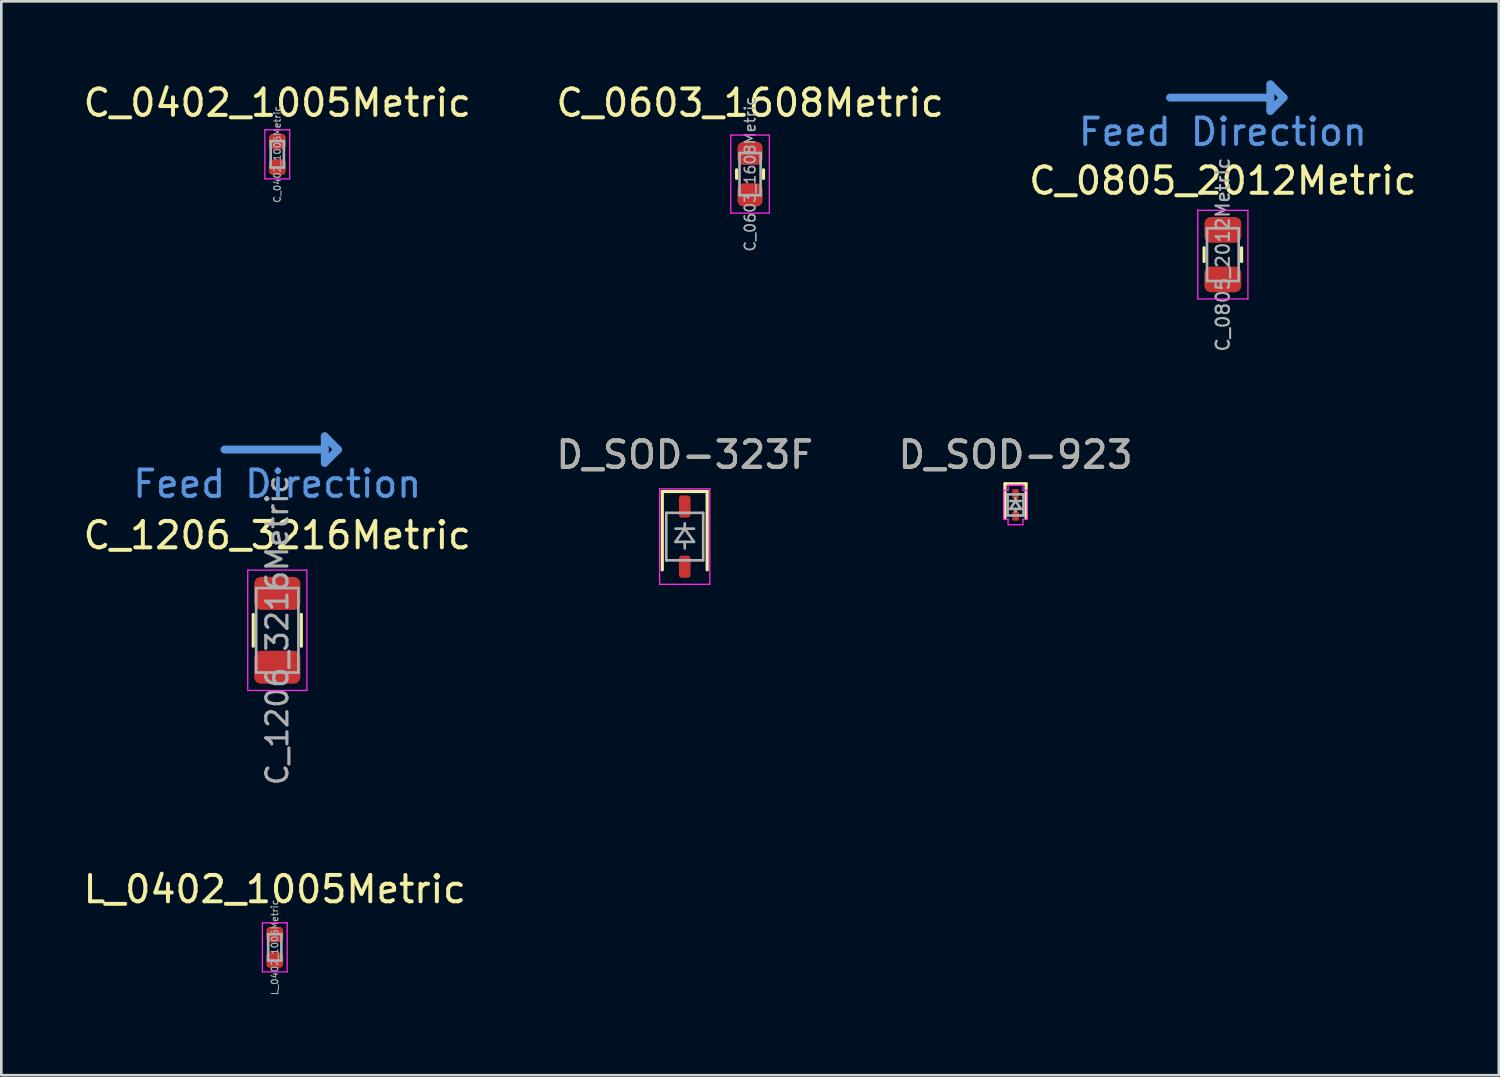
<source format=kicad_pcb>
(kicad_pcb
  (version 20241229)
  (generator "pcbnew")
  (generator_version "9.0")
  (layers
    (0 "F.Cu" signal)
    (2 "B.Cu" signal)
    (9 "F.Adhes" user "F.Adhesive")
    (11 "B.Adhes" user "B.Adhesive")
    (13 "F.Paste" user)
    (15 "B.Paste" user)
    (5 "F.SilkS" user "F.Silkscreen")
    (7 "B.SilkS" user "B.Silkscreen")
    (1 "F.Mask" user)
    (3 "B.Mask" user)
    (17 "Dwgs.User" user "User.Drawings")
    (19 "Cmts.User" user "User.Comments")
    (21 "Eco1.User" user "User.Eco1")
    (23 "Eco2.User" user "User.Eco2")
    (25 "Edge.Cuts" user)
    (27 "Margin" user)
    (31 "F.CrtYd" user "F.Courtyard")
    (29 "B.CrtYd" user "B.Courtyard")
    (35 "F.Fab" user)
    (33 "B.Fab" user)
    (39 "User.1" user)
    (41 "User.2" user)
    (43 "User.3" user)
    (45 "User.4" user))
  (footprint "C_1206_3216Metric"
    (layer "F.Cu")
    (at 7.458 20.837)
    (property "Reference" "C_1206_3216Metric" (at 0 -3.6 0) (layer "F.SilkS") (effects (font (size 1 1) (thickness 0.15))))
    (attr smd)
    (fp_line (start -0.91 -0.602) (end -0.91 0.602) (stroke (width 0.12) (type solid)) (layer "F.SilkS"))
    (fp_line (start 0.91 -0.602) (end 0.91 0.602) (stroke (width 0.12) (type solid)) (layer "F.SilkS"))
    (fp_line (start -2 -6.85) (end 1.8 -6.85) (stroke (width 0.3) (type solid)) (layer "Cmts.User"))
    (fp_line (start 1.8 -7.35) (end 1.8 -6.35) (stroke (width 0.3) (type solid)) (layer "Cmts.User"))
    (fp_line (start 2.3 -6.85) (end 1.8 -7.35) (stroke (width 0.3) (type solid)) (layer "Cmts.User"))
    (fp_line (start 2.3 -6.85) (end 1.8 -6.35) (stroke (width 0.3) (type solid)) (layer "Cmts.User"))
    (fp_line (start -1.12 -2.28) (end 1.12 -2.28) (stroke (width 0.05) (type solid)) (layer "F.CrtYd"))
    (fp_line (start -1.12 2.28) (end -1.12 -2.28) (stroke (width 0.05) (type solid)) (layer "F.CrtYd"))
    (fp_line (start 1.12 -2.28) (end 1.12 2.28) (stroke (width 0.05) (type solid)) (layer "F.CrtYd"))
    (fp_line (start 1.12 2.28) (end -1.12 2.28) (stroke (width 0.05) (type solid)) (layer "F.CrtYd"))
    (fp_line (start -0.8 -1.6) (end 0.8 -1.6) (stroke (width 0.1) (type solid)) (layer "F.Fab"))
    (fp_line (start -0.8 1.6) (end -0.8 -1.6) (stroke (width 0.1) (type solid)) (layer "F.Fab"))
    (fp_line (start 0.8 -1.6) (end 0.8 1.6) (stroke (width 0.1) (type solid)) (layer "F.Fab"))
    (fp_line (start 0.8 1.6) (end -0.8 1.6) (stroke (width 0.1) (type solid)) (layer "F.Fab"))
    (fp_text user "Feed Direction" (at 0 -5.55 0) (layer "Cmts.User") (effects (font (size 1 1) (thickness 0.15))))
    (fp_text user "${REFERENCE}" (at 0 0 270) (layer "F.Fab") (effects (font (size 0.8 0.8) (thickness 0.12))))
    (pad "1" smd roundrect (at 0 -1.4 270) (size 1.25 1.75) (layers "F.Cu" "F.Mask" "F.Paste") (roundrect_rratio 0.2))
    (pad "2" smd roundrect (at 0 1.4 270) (size 1.25 1.75) (layers "F.Cu" "F.Mask" "F.Paste") (roundrect_rratio 0.2)))
  (footprint "C_0805_2012Metric"
    (layer "F.Cu")
    (at 43.292 6.6)
    (property "Reference" "C_0805_2012Metric" (at 0 -2.8 0) (layer "F.SilkS") (effects (font (size 1 1) (thickness 0.15))))
    (attr smd)
    (fp_line (start -0.71 -0.259) (end -0.71 0.259) (stroke (width 0.12) (type solid)) (layer "F.SilkS"))
    (fp_line (start 0.71 -0.259) (end 0.71 0.259) (stroke (width 0.12) (type solid)) (layer "F.SilkS"))
    (fp_line (start -2 -5.95) (end 1.8 -5.95) (stroke (width 0.3) (type solid)) (layer "Cmts.User"))
    (fp_line (start 1.8 -6.45) (end 1.8 -5.45) (stroke (width 0.3) (type solid)) (layer "Cmts.User"))
    (fp_line (start 2.3 -5.95) (end 1.8 -6.45) (stroke (width 0.3) (type solid)) (layer "Cmts.User"))
    (fp_line (start 2.3 -5.95) (end 1.8 -5.45) (stroke (width 0.3) (type solid)) (layer "Cmts.User"))
    (fp_line (start -0.95 -1.68) (end 0.95 -1.68) (stroke (width 0.05) (type solid)) (layer "F.CrtYd"))
    (fp_line (start -0.95 1.68) (end -0.95 -1.68) (stroke (width 0.05) (type solid)) (layer "F.CrtYd"))
    (fp_line (start 0.95 -1.68) (end 0.95 1.68) (stroke (width 0.05) (type solid)) (layer "F.CrtYd"))
    (fp_line (start 0.95 1.68) (end -0.95 1.68) (stroke (width 0.05) (type solid)) (layer "F.CrtYd"))
    (fp_line (start -0.6 -1) (end 0.6 -1) (stroke (width 0.1) (type solid)) (layer "F.Fab"))
    (fp_line (start -0.6 1) (end -0.6 -1) (stroke (width 0.1) (type solid)) (layer "F.Fab"))
    (fp_line (start 0.6 -1) (end 0.6 1) (stroke (width 0.1) (type solid)) (layer "F.Fab"))
    (fp_line (start 0.6 1) (end -0.6 1) (stroke (width 0.1) (type solid)) (layer "F.Fab"))
    (fp_text user "Feed Direction" (at 0 -4.65 0) (layer "Cmts.User") (effects (font (size 1 1) (thickness 0.15))))
    (fp_text user "${REFERENCE}" (at 0 0 270) (layer "F.Fab") (effects (font (size 0.5 0.5) (thickness 0.08))))
    (pad "1" smd roundrect (at 0 -0.938 270) (size 0.975 1.4) (layers "F.Cu" "F.Mask" "F.Paste") (roundrect_rratio 0.25))
    (pad "2" smd roundrect (at 0 0.938 270) (size 0.975 1.4) (layers "F.Cu" "F.Mask" "F.Paste") (roundrect_rratio 0.25)))
  (footprint "C_0603_1608Metric"
    (layer "F.Cu")
    (at 25.375 3.548)
    (property "Reference" "C_0603_1608Metric" (at 0 -2.7 180) (layer "F.SilkS") (effects (font (size 1 1) (thickness 0.15))))
    (attr smd)
    (fp_line (start -0.51 -0.163) (end -0.51 0.163) (stroke (width 0.12) (type solid)) (layer "F.SilkS"))
    (fp_line (start 0.51 -0.163) (end 0.51 0.163) (stroke (width 0.12) (type solid)) (layer "F.SilkS"))
    (fp_line (start -0.73 -1.48) (end 0.73 -1.48) (stroke (width 0.05) (type solid)) (layer "F.CrtYd"))
    (fp_line (start -0.73 1.48) (end -0.73 -1.48) (stroke (width 0.05) (type solid)) (layer "F.CrtYd"))
    (fp_line (start 0.73 -1.48) (end 0.73 1.48) (stroke (width 0.05) (type solid)) (layer "F.CrtYd"))
    (fp_line (start 0.73 1.48) (end -0.73 1.48) (stroke (width 0.05) (type solid)) (layer "F.CrtYd"))
    (fp_line (start -0.4 -0.8) (end 0.4 -0.8) (stroke (width 0.1) (type solid)) (layer "F.Fab"))
    (fp_line (start -0.4 0.8) (end -0.4 -0.8) (stroke (width 0.1) (type solid)) (layer "F.Fab"))
    (fp_line (start 0.4 -0.8) (end 0.4 0.8) (stroke (width 0.1) (type solid)) (layer "F.Fab"))
    (fp_line (start 0.4 0.8) (end -0.4 0.8) (stroke (width 0.1) (type solid)) (layer "F.Fab"))
    (fp_text user "${REFERENCE}" (at 0 0 270) (layer "F.Fab") (effects (font (size 0.4 0.4) (thickness 0.06))))
    (pad "1" smd roundrect (at 0 -0.787 270) (size 0.875 0.95) (layers "F.Cu" "F.Mask" "F.Paste") (roundrect_rratio 0.25))
    (pad "2" smd roundrect (at 0 0.787 270) (size 0.875 0.95) (layers "F.Cu" "F.Mask" "F.Paste") (roundrect_rratio 0.25)))
  (footprint "D_SOD-323F"
    (layer "F.Cu")
    (at 22.899 17.285)
    (property "Reference" "D_SOD-323F" (at 0 -3.1 0) (layer "F.SilkS") (effects (font (size 1 1) (thickness 0.15))))
    (attr smd)
    (fp_line (start -0.85 -1.71) (end -0.85 1.26) (stroke (width 0.12) (type solid)) (layer "F.SilkS"))
    (fp_line (start 0.85 -1.71) (end -0.85 -1.71) (stroke (width 0.12) (type solid)) (layer "F.SilkS"))
    (fp_line (start 0.85 -1.71) (end 0.85 1.26) (stroke (width 0.12) (type solid)) (layer "F.SilkS"))
    (fp_line (start -0.95 -1.81) (end -0.95 1.81) (stroke (width 0.05) (type solid)) (layer "F.CrtYd"))
    (fp_line (start 0.95 -1.81) (end -0.95 -1.81) (stroke (width 0.05) (type solid)) (layer "F.CrtYd"))
    (fp_line (start 0.95 -1.81) (end 0.95 1.81) (stroke (width 0.05) (type solid)) (layer "F.CrtYd"))
    (fp_line (start 0.95 1.81) (end -0.95 1.81) (stroke (width 0.05) (type solid)) (layer "F.CrtYd"))
    (fp_line (start -0.7 -0.9) (end 0.7 -0.9) (stroke (width 0.1) (type solid)) (layer "F.Fab"))
    (fp_line (start -0.7 0.9) (end -0.7 -0.9) (stroke (width 0.1) (type solid)) (layer "F.Fab"))
    (fp_line (start -0.35 0.2) (end 0 -0.3) (stroke (width 0.1) (type solid)) (layer "F.Fab"))
    (fp_line (start 0 -0.3) (end 0 -0.5) (stroke (width 0.1) (type solid)) (layer "F.Fab"))
    (fp_line (start 0 -0.3) (end 0.35 0.2) (stroke (width 0.1) (type solid)) (layer "F.Fab"))
    (fp_line (start 0 0.2) (end 0 0.45) (stroke (width 0.1) (type solid)) (layer "F.Fab"))
    (fp_line (start 0.35 -0.3) (end -0.35 -0.3) (stroke (width 0.1) (type solid)) (layer "F.Fab"))
    (fp_line (start 0.35 0.2) (end -0.35 0.2) (stroke (width 0.1) (type solid)) (layer "F.Fab"))
    (fp_line (start 0.7 -0.9) (end 0.7 0.9) (stroke (width 0.1) (type solid)) (layer "F.Fab"))
    (fp_line (start 0.7 0.9) (end -0.7 0.9) (stroke (width 0.1) (type solid)) (layer "F.Fab"))
    (fp_text user "${REFERENCE}" (at 0 -3.1 0) (layer "F.Fab") (effects (font (size 1 1) (thickness 0.15))))
    (pad "1" smd roundrect (at 0 -1.14 270) (size 0.84 0.44) (layers "F.Cu" "F.Mask" "F.Paste") (roundrect_rratio 0.25))
    (pad "2" smd roundrect (at 0 1.14 270) (size 0.84 0.44) (layers "F.Cu" "F.Mask" "F.Paste") (roundrect_rratio 0.25)))
  (footprint "L_0402_1005Metric"
    (layer "F.Cu")
    (at 7.363 32.852)
    (property "Reference" "L_0402_1005Metric" (at 0 -2.2 0) (layer "F.SilkS") (effects (font (size 1 1) (thickness 0.15))))
    (attr smd)
    (fp_line (start -0.47 -0.93) (end 0.47 -0.93) (stroke (width 0.05) (type solid)) (layer "F.CrtYd"))
    (fp_line (start -0.47 0.93) (end -0.47 -0.93) (stroke (width 0.05) (type solid)) (layer "F.CrtYd"))
    (fp_line (start 0.47 -0.93) (end 0.47 0.93) (stroke (width 0.05) (type solid)) (layer "F.CrtYd"))
    (fp_line (start 0.47 0.93) (end -0.47 0.93) (stroke (width 0.05) (type solid)) (layer "F.CrtYd"))
    (fp_line (start -0.25 -0.5) (end 0.25 -0.5) (stroke (width 0.1) (type solid)) (layer "F.Fab"))
    (fp_line (start -0.25 0.5) (end -0.25 -0.5) (stroke (width 0.1) (type solid)) (layer "F.Fab"))
    (fp_line (start 0.25 -0.5) (end 0.25 0.5) (stroke (width 0.1) (type solid)) (layer "F.Fab"))
    (fp_line (start 0.25 0.5) (end -0.25 0.5) (stroke (width 0.1) (type solid)) (layer "F.Fab"))
    (fp_text user "${REFERENCE}" (at 0 0 270) (layer "F.Fab") (effects (font (size 0.25 0.25) (thickness 0.04))))
    (pad "1" smd roundrect (at 0 -0.485 270) (size 0.59 0.64) (layers "F.Cu" "F.Mask" "F.Paste") (roundrect_rratio 0.25))
    (pad "2" smd roundrect (at 0 0.485 270) (size 0.59 0.64) (layers "F.Cu" "F.Mask" "F.Paste") (roundrect_rratio 0.25)))
  (footprint "D_SOD-923"
    (layer "F.Cu")
    (at 35.435 16.085)
    (property "Reference" "D_SOD-923" (at 0 -1.9 0) (layer "F.SilkS") (effects (font (size 1 1) (thickness 0.15))))
    (attr smd)
    (fp_line (start -0.4 0.5) (end -0.4 -0.8) (stroke (width 0.12) (type solid)) (layer "F.SilkS"))
    (fp_line (start 0.4 -0.8) (end -0.4 -0.8) (stroke (width 0.12) (type solid)) (layer "F.SilkS"))
    (fp_line (start 0.4 0.5) (end 0.4 -0.8) (stroke (width 0.12) (type solid)) (layer "F.SilkS"))
    (fp_line (start -0.45 -0.55) (end -0.28 -0.55) (stroke (width 0.05) (type solid)) (layer "F.CrtYd"))
    (fp_line (start -0.45 0.55) (end -0.45 -0.55) (stroke (width 0.05) (type solid)) (layer "F.CrtYd"))
    (fp_line (start -0.28 -0.75) (end -0.28 -0.55) (stroke (width 0.05) (type solid)) (layer "F.CrtYd"))
    (fp_line (start -0.28 0.55) (end -0.45 0.55) (stroke (width 0.05) (type solid)) (layer "F.CrtYd"))
    (fp_line (start -0.28 0.75) (end -0.28 0.55) (stroke (width 0.05) (type solid)) (layer "F.CrtYd"))
    (fp_line (start 0.28 -0.75) (end -0.28 -0.75) (stroke (width 0.05) (type solid)) (layer "F.CrtYd"))
    (fp_line (start 0.28 -0.55) (end 0.28 -0.75) (stroke (width 0.05) (type solid)) (layer "F.CrtYd"))
    (fp_line (start 0.28 -0.55) (end 0.45 -0.55) (stroke (width 0.05) (type solid)) (layer "F.CrtYd"))
    (fp_line (start 0.28 0.55) (end 0.28 0.75) (stroke (width 0.05) (type solid)) (layer "F.CrtYd"))
    (fp_line (start 0.28 0.75) (end -0.28 0.75) (stroke (width 0.05) (type solid)) (layer "F.CrtYd"))
    (fp_line (start 0.45 -0.55) (end 0.45 0.55) (stroke (width 0.05) (type solid)) (layer "F.CrtYd"))
    (fp_line (start 0.45 0.55) (end 0.28 0.55) (stroke (width 0.05) (type solid)) (layer "F.CrtYd"))
    (fp_line (start -0.3 -0.4) (end 0.3 -0.4) (stroke (width 0.1) (type solid)) (layer "F.Fab"))
    (fp_line (start -0.3 0.4) (end -0.3 -0.4) (stroke (width 0.1) (type solid)) (layer "F.Fab"))
    (fp_line (start -0.2 -0.15) (end 0.2 -0.15) (stroke (width 0.1) (type solid)) (layer "F.Fab"))
    (fp_line (start -0.2 0.15) (end 0.2 0.15) (stroke (width 0.1) (type solid)) (layer "F.Fab"))
    (fp_line (start 0 -0.15) (end -0.2 0.15) (stroke (width 0.1) (type solid)) (layer "F.Fab"))
    (fp_line (start 0 -0.15) (end 0 -0.25) (stroke (width 0.1) (type solid)) (layer "F.Fab"))
    (fp_line (start 0 0.15) (end 0 0.25) (stroke (width 0.1) (type solid)) (layer "F.Fab"))
    (fp_line (start 0.2 0.15) (end 0 -0.15) (stroke (width 0.1) (type solid)) (layer "F.Fab"))
    (fp_line (start 0.3 -0.4) (end 0.3 0.4) (stroke (width 0.1) (type solid)) (layer "F.Fab"))
    (fp_line (start 0.3 0.4) (end -0.3 0.4) (stroke (width 0.1) (type solid)) (layer "F.Fab"))
    (fp_text user "${REFERENCE}" (at 0 -1.9 0) (layer "F.Fab") (effects (font (size 1 1) (thickness 0.15))))
    (pad "1" smd roundrect (at 0 -0.42 90) (size 0.36 0.25) (layers "F.Cu" "F.Mask" "F.Paste") (roundrect_rratio 0.25))
    (pad "2" smd roundrect (at 0 0.42 90) (size 0.36 0.25) (layers "F.Cu" "F.Mask" "F.Paste") (roundrect_rratio 0.25)))
  (footprint "C_0402_1005Metric"
    (layer "F.Cu")
    (at 7.458 2.798)
    (property "Reference" "C_0402_1005Metric" (at 0 -1.95 0) (layer "F.SilkS") (effects (font (size 1 1) (thickness 0.15))))
    (attr smd)
    (fp_line (start -0.47 -0.93) (end 0.47 -0.93) (stroke (width 0.05) (type solid)) (layer "F.CrtYd"))
    (fp_line (start -0.47 0.93) (end -0.47 -0.93) (stroke (width 0.05) (type solid)) (layer "F.CrtYd"))
    (fp_line (start 0.47 -0.93) (end 0.47 0.93) (stroke (width 0.05) (type solid)) (layer "F.CrtYd"))
    (fp_line (start 0.47 0.93) (end -0.47 0.93) (stroke (width 0.05) (type solid)) (layer "F.CrtYd"))
    (fp_line (start -0.25 -0.5) (end 0.25 -0.5) (stroke (width 0.1) (type solid)) (layer "F.Fab"))
    (fp_line (start -0.25 0.5) (end -0.25 -0.5) (stroke (width 0.1) (type solid)) (layer "F.Fab"))
    (fp_line (start 0.25 -0.5) (end 0.25 0.5) (stroke (width 0.1) (type solid)) (layer "F.Fab"))
    (fp_line (start 0.25 0.5) (end -0.25 0.5) (stroke (width 0.1) (type solid)) (layer "F.Fab"))
    (fp_text user "${REFERENCE}" (at 0 0 270) (layer "F.Fab") (effects (font (size 0.25 0.25) (thickness 0.04))))
    (pad "1" smd roundrect (at 0 -0.485 270) (size 0.59 0.64) (layers "F.Cu" "F.Mask" "F.Paste") (roundrect_rratio 0.25))
    (pad "2" smd roundrect (at 0 0.485 270) (size 0.59 0.64) (layers "F.Cu" "F.Mask" "F.Paste") (roundrect_rratio 0.25)))
  (gr_rect
    (start -3 -3)
    (end 53.75 37.696)
    (stroke (width 0.1) (type default))
    (fill no)
    (layer "Edge.Cuts")))
</source>
